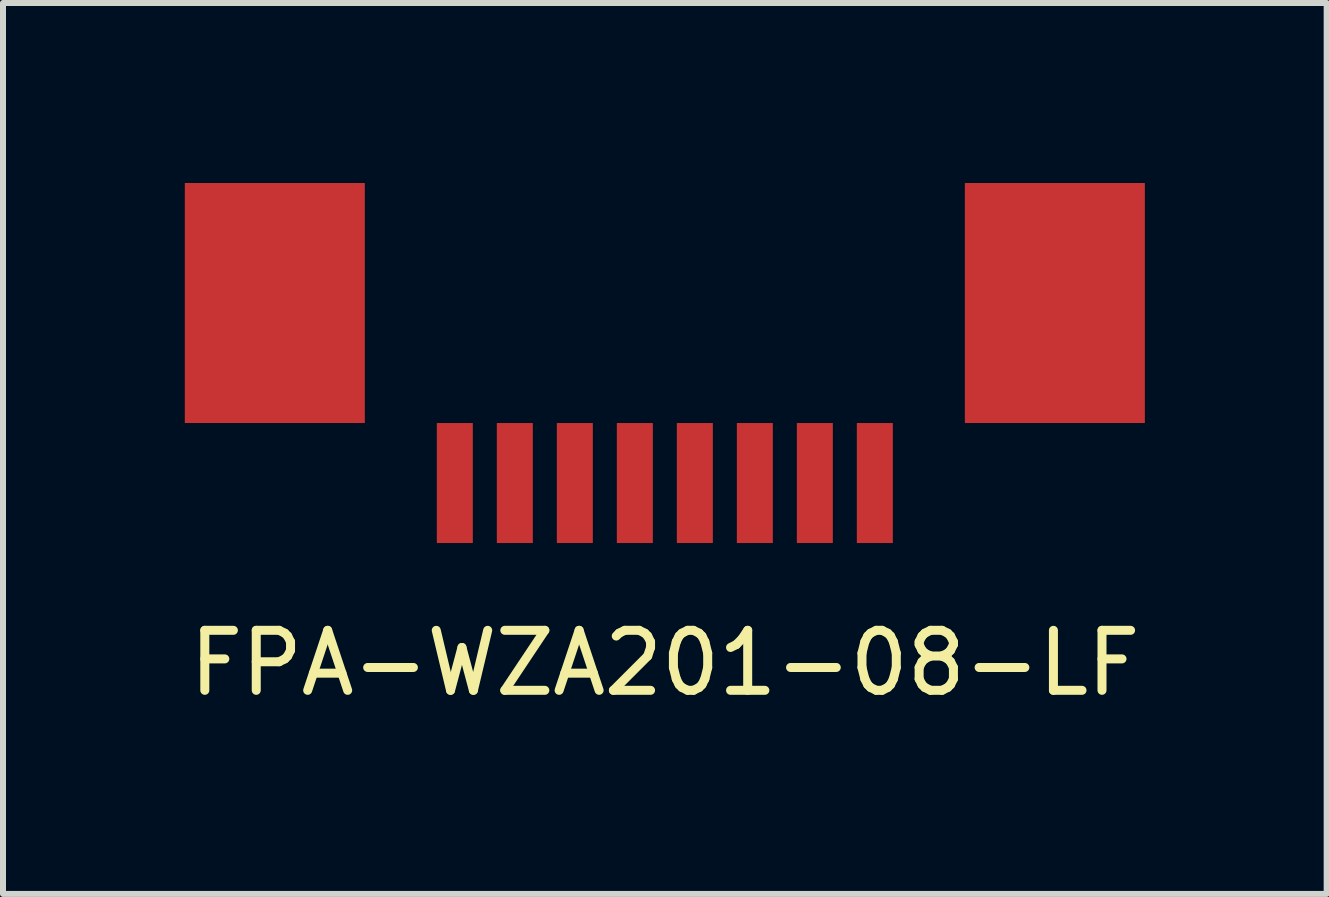
<source format=kicad_pcb>
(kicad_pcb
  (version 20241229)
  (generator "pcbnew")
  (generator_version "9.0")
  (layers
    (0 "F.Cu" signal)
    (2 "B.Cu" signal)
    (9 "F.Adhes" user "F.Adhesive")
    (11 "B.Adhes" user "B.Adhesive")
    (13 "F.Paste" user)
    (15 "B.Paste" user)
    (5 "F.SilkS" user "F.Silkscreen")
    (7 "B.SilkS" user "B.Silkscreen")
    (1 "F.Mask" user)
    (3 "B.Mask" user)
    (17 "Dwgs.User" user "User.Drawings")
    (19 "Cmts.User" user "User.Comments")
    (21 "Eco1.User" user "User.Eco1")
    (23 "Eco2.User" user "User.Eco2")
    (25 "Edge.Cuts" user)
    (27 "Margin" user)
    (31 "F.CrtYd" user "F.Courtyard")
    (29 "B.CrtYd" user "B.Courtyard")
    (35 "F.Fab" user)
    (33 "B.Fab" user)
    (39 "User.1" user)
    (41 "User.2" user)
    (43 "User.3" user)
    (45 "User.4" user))
  (footprint "FPA-WZA201-08-LF"
    (layer "F.Cu")
    (at 8.03 7.5)
    (property "Reference" "FPA-WZA201-08-LF" (at 0 0.5 0) (layer "F.SilkS") (effects (font (size 1 1) (thickness 0.15))))
    (attr through_hole)
    (pad "" smd rect (at -6.5 -5.5 90) (size 4 3) (layers "F.Cu" "F.Mask" "F.Paste"))
    (pad "" smd rect (at 6.5 -5.5 90) (size 4 3) (layers "F.Cu" "F.Mask" "F.Paste"))
    (pad "1" smd rect (at -3.5 -2.5 90) (size 2 0.6) (layers "F.Cu" "F.Mask" "F.Paste"))
    (pad "2" smd rect (at -2.5 -2.5 90) (size 2 0.6) (layers "F.Cu" "F.Mask" "F.Paste"))
    (pad "3" smd rect (at -1.5 -2.5 90) (size 2 0.6) (layers "F.Cu" "F.Mask" "F.Paste"))
    (pad "4" smd rect (at -0.5 -2.5 90) (size 2 0.6) (layers "F.Cu" "F.Mask" "F.Paste"))
    (pad "5" smd rect (at 0.5 -2.5 90) (size 2 0.6) (layers "F.Cu" "F.Mask" "F.Paste"))
    (pad "6" smd rect (at 1.5 -2.5 90) (size 2 0.6) (layers "F.Cu" "F.Mask" "F.Paste"))
    (pad "7" smd rect (at 2.5 -2.5 90) (size 2 0.6) (layers "F.Cu" "F.Mask" "F.Paste"))
    (pad "8" smd rect (at 3.5 -2.5 90) (size 2 0.6) (layers "F.Cu" "F.Mask" "F.Paste")))
  (gr_rect
    (start -3 -3)
    (end 19.06 11.848)
    (stroke (width 0.1) (type default))
    (fill no)
    (layer "Edge.Cuts")))
</source>
